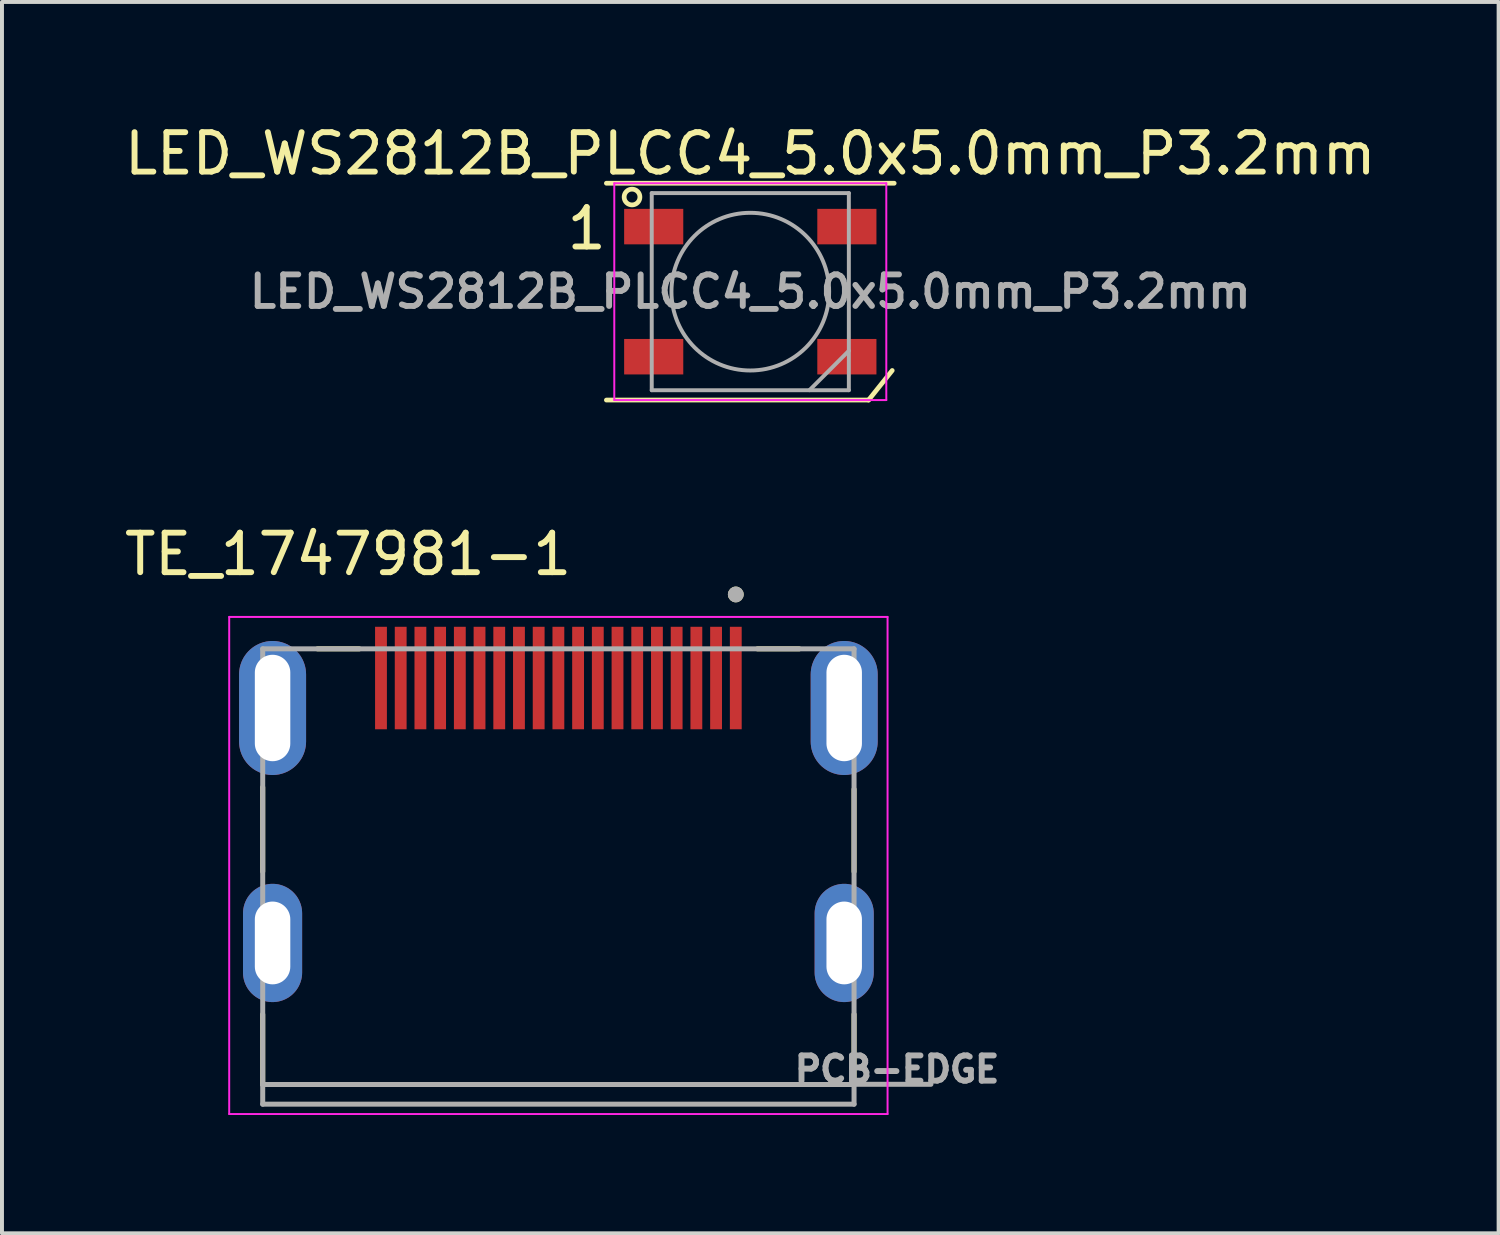
<source format=kicad_pcb>
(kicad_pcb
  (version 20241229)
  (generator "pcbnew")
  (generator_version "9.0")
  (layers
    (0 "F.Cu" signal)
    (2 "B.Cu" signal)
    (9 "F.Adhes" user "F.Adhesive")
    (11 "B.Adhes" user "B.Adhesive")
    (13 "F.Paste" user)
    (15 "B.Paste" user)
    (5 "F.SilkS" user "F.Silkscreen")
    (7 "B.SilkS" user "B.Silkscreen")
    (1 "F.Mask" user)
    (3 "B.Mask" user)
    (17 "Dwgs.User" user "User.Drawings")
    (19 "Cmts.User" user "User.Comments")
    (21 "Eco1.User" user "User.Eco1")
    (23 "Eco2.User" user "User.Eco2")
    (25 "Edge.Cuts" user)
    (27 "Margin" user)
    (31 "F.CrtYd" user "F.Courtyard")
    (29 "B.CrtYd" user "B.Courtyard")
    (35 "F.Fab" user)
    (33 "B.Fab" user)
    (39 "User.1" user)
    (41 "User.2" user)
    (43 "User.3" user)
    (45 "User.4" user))
  (footprint "LED_WS2812B_PLCC4_5.0x5.0mm_P3.2mm"
    (layer "F.Cu")
    (at 15.982 4.348)
    (property "Reference" "LED_WS2812B_PLCC4_5.0x5.0mm_P3.2mm" (at 0 -3.5 0) (layer "F.SilkS") (effects (font (size 1 1) (thickness 0.15))))
    (attr smd)
    (fp_line (start -3.65 -2.75) (end 3.65 -2.75) (stroke (width 0.12) (type solid)) (layer "F.SilkS"))
    (fp_line (start -3.65 2.75) (end 3 2.75) (stroke (width 0.12) (type solid)) (layer "F.SilkS"))
    (fp_line (start 3 2.75) (end 3.6 2) (stroke (width 0.12) (type solid)) (layer "F.SilkS"))
    (fp_circle (center -3 -2.4) (end -2.8 -2.4) (stroke (width 0.12) (type default)) (fill no) (layer "F.SilkS"))
    (fp_line (start -3.45 -2.75) (end -3.45 2.75) (stroke (width 0.05) (type solid)) (layer "F.CrtYd"))
    (fp_line (start -3.45 2.75) (end 3.45 2.75) (stroke (width 0.05) (type solid)) (layer "F.CrtYd"))
    (fp_line (start 3.45 -2.75) (end -3.45 -2.75) (stroke (width 0.05) (type solid)) (layer "F.CrtYd"))
    (fp_line (start 3.45 2.75) (end 3.45 -2.75) (stroke (width 0.05) (type solid)) (layer "F.CrtYd"))
    (fp_line (start -2.5 -2.5) (end -2.5 2.5) (stroke (width 0.1) (type solid)) (layer "F.Fab"))
    (fp_line (start -2.5 2.5) (end 2.5 2.5) (stroke (width 0.1) (type solid)) (layer "F.Fab"))
    (fp_line (start 2.5 -2.5) (end -2.5 -2.5) (stroke (width 0.1) (type solid)) (layer "F.Fab"))
    (fp_line (start 2.5 1.5) (end 1.5 2.5) (stroke (width 0.1) (type solid)) (layer "F.Fab"))
    (fp_line (start 2.5 2.5) (end 2.5 -2.5) (stroke (width 0.1) (type solid)) (layer "F.Fab"))
    (fp_circle (center 0 0) (end 0 -2) (stroke (width 0.1) (type solid)) (fill no) (layer "F.Fab"))
    (fp_text user "1" (at -4.15 -1.6 0) (layer "F.SilkS") (effects (font (size 1 1) (thickness 0.15))))
    (fp_text user "${REFERENCE}" (at 0 0 0) (layer "F.Fab") (effects (font (size 0.8 0.8) (thickness 0.15))))
    (pad "1" smd rect (at -2.45 -1.65) (size 1.5 0.9) (layers "F.Cu" "F.Mask" "F.Paste"))
    (pad "2" smd rect (at -2.45 1.65) (size 1.5 0.9) (layers "F.Cu" "F.Mask" "F.Paste"))
    (pad "3" smd rect (at 2.45 1.65) (size 1.5 0.9) (layers "F.Cu" "F.Mask" "F.Paste"))
    (pad "4" smd rect (at 2.45 -1.65) (size 1.5 0.9) (layers "F.Cu" "F.Mask" "F.Paste")))
  (footprint "TE_1747981-1"
    (layer "F.Cu")
    (at 11.114 14.909)
    (property "Reference" "TE_1747981-1" (at -5.335 -3.901 0) (layer "F.SilkS") (effects (font (size 1.002 1.002) (thickness 0.15))))
    (attr through_hole)
    (fp_line (start -7.5 2.01) (end -7.5 4.15) (stroke (width 0.127) (type solid)) (layer "F.SilkS"))
    (fp_line (start -7.5 7.77) (end -7.5 9.55) (stroke (width 0.127) (type solid)) (layer "F.SilkS"))
    (fp_line (start -7.5 9.55) (end 7.5 9.55) (stroke (width 0.127) (type solid)) (layer "F.SilkS"))
    (fp_line (start -6.11 -1.5) (end -5.05 -1.5) (stroke (width 0.127) (type solid)) (layer "F.SilkS"))
    (fp_line (start 6.11 -1.5) (end 5.05 -1.5) (stroke (width 0.127) (type solid)) (layer "F.SilkS"))
    (fp_line (start 7.5 2.06) (end 7.5 4.15) (stroke (width 0.127) (type solid)) (layer "F.SilkS"))
    (fp_line (start 7.5 9.55) (end 7.5 7.77) (stroke (width 0.127) (type solid)) (layer "F.SilkS"))
    (fp_circle (center 4.5 -2.88) (end 4.6 -2.88) (stroke (width 0.2) (type solid)) (fill no) (layer "F.SilkS"))
    (fp_line (start -8.35 -2.31) (end 8.35 -2.31) (stroke (width 0.05) (type solid)) (layer "F.CrtYd"))
    (fp_line (start -8.35 10.3) (end -8.35 -2.31) (stroke (width 0.05) (type solid)) (layer "F.CrtYd"))
    (fp_line (start 8.35 -2.31) (end 8.35 10.3) (stroke (width 0.05) (type solid)) (layer "F.CrtYd"))
    (fp_line (start 8.35 10.3) (end -8.35 10.3) (stroke (width 0.05) (type solid)) (layer "F.CrtYd"))
    (fp_line (start -7.5 -1.5) (end 7.5 -1.5) (stroke (width 0.127) (type solid)) (layer "F.Fab"))
    (fp_line (start -7.5 9.55) (end -7.5 -1.5) (stroke (width 0.127) (type solid)) (layer "F.Fab"))
    (fp_line (start -7.5 9.55) (end 7.5 9.55) (stroke (width 0.127) (type solid)) (layer "F.Fab"))
    (fp_line (start -7.5 10.05) (end -7.5 9.55) (stroke (width 0.127) (type solid)) (layer "F.Fab"))
    (fp_line (start 7.5 -1.5) (end 7.5 9.545) (stroke (width 0.127) (type solid)) (layer "F.Fab"))
    (fp_line (start 7.5 9.545) (end 7.5 9.55) (stroke (width 0.127) (type solid)) (layer "F.Fab"))
    (fp_line (start 7.5 9.545) (end 9.45 9.545) (stroke (width 0.127) (type solid)) (layer "F.Fab"))
    (fp_line (start 7.5 9.55) (end 7.5 10.05) (stroke (width 0.127) (type solid)) (layer "F.Fab"))
    (fp_line (start 7.5 10.05) (end -7.5 10.05) (stroke (width 0.127) (type solid)) (layer "F.Fab"))
    (fp_circle (center 4.5 -2.88) (end 4.6 -2.88) (stroke (width 0.2) (type solid)) (fill no) (layer "F.Fab"))
    (fp_text user "PCB-EDGE" (at 8.59 9.165 0) (layer "F.Fab") (effects (font (size 0.64 0.64) (thickness 0.15))))
    (pad "1" smd rect (at 4.5 -0.76) (size 0.3 2.6) (layers "F.Cu" "F.Mask" "F.Paste"))
    (pad "2" smd rect (at 4 -0.76) (size 0.3 2.6) (layers "F.Cu" "F.Mask" "F.Paste"))
    (pad "3" smd rect (at 3.5 -0.76) (size 0.3 2.6) (layers "F.Cu" "F.Mask" "F.Paste"))
    (pad "4" smd rect (at 3 -0.76) (size 0.3 2.6) (layers "F.Cu" "F.Mask" "F.Paste"))
    (pad "5" smd rect (at 2.5 -0.76) (size 0.3 2.6) (layers "F.Cu" "F.Mask" "F.Paste"))
    (pad "6" smd rect (at 2 -0.76) (size 0.3 2.6) (layers "F.Cu" "F.Mask" "F.Paste"))
    (pad "7" smd rect (at 1.5 -0.76) (size 0.3 2.6) (layers "F.Cu" "F.Mask" "F.Paste"))
    (pad "8" smd rect (at 1 -0.76) (size 0.3 2.6) (layers "F.Cu" "F.Mask" "F.Paste"))
    (pad "9" smd rect (at 0.5 -0.76) (size 0.3 2.6) (layers "F.Cu" "F.Mask" "F.Paste"))
    (pad "10" smd rect (at 0 -0.76) (size 0.3 2.6) (layers "F.Cu" "F.Mask" "F.Paste"))
    (pad "11" smd rect (at -0.5 -0.76) (size 0.3 2.6) (layers "F.Cu" "F.Mask" "F.Paste"))
    (pad "12" smd rect (at -1 -0.76) (size 0.3 2.6) (layers "F.Cu" "F.Mask" "F.Paste"))
    (pad "13" smd rect (at -1.5 -0.76) (size 0.3 2.6) (layers "F.Cu" "F.Mask" "F.Paste"))
    (pad "14" smd rect (at -2 -0.76) (size 0.3 2.6) (layers "F.Cu" "F.Mask" "F.Paste"))
    (pad "15" smd rect (at -2.5 -0.76) (size 0.3 2.6) (layers "F.Cu" "F.Mask" "F.Paste"))
    (pad "16" smd rect (at -3 -0.76) (size 0.3 2.6) (layers "F.Cu" "F.Mask" "F.Paste"))
    (pad "17" smd rect (at -3.5 -0.76) (size 0.3 2.6) (layers "F.Cu" "F.Mask" "F.Paste"))
    (pad "18" smd rect (at -4 -0.76) (size 0.3 2.6) (layers "F.Cu" "F.Mask" "F.Paste"))
    (pad "19" smd rect (at -4.5 -0.76) (size 0.3 2.6) (layers "F.Cu" "F.Mask" "F.Paste"))
    (pad "SH1" thru_hole oval (at -7.25 0) (size 1.7 3.4) (drill oval 0.9 2.7) (layers "*.Cu" "*.Mask"))
    (pad "SH2" thru_hole oval (at -7.25 5.96) (size 1.5 3) (drill oval 0.9 2.1) (layers "*.Cu" "*.Mask"))
    (pad "SH3" thru_hole oval (at 7.25 0) (size 1.7 3.4) (drill oval 0.9 2.7) (layers "*.Cu" "*.Mask"))
    (pad "SH4" thru_hole oval (at 7.25 5.96) (size 1.5 3) (drill oval 0.9 2.1) (layers "*.Cu" "*.Mask")))
  (gr_rect
    (start -3 -3)
    (end 34.964 28.234)
    (stroke (width 0.1) (type default))
    (fill no)
    (layer "Edge.Cuts")))
</source>
